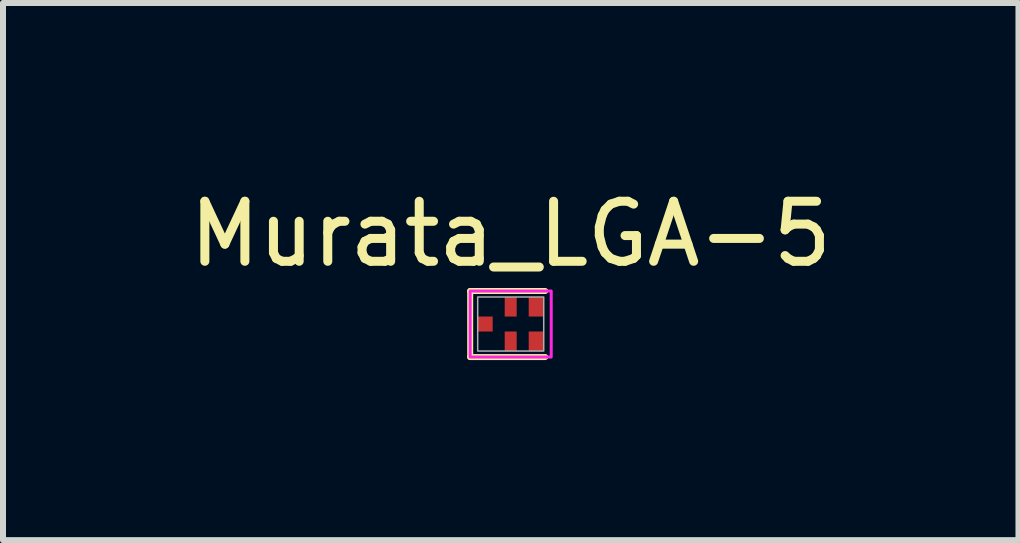
<source format=kicad_pcb>
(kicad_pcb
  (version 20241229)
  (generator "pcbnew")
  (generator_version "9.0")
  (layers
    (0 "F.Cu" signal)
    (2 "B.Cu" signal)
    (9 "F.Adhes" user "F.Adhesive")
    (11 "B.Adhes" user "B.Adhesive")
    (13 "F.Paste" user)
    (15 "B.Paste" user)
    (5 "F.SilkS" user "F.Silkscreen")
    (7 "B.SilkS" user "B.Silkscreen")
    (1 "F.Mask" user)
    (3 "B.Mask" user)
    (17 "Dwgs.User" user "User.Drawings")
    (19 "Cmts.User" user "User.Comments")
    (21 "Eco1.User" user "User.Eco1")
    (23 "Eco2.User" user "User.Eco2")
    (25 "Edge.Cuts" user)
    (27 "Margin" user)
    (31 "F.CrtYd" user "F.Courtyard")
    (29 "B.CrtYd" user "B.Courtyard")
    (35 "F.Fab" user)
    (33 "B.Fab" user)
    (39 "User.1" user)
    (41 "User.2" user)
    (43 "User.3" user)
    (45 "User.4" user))
  (footprint "Murata_LGA-5"
    (layer "F.Cu")
    (at 5.458 2.348)
    (property "Reference" "Murata_LGA-5" (at 0 -1.5 0) (unlocked yes) (layer "F.SilkS") (effects (font (size 1 1) (thickness 0.15))))
    (attr smd)
    (fp_line (start -0.675 -0.55) (end -0.675 0.55) (stroke (width 0.1) (type solid)) (layer "F.SilkS"))
    (fp_line (start -0.675 0.55) (end 0.575 0.55) (stroke (width 0.1) (type solid)) (layer "F.SilkS"))
    (fp_line (start 0.575 -0.55) (end -0.675 -0.55) (stroke (width 0.1) (type solid)) (layer "F.SilkS"))
    (fp_rect (start -0.675 -0.55) (end 0.675 0.55) (stroke (width 0.05) (type solid)) (fill no) (layer "F.CrtYd"))
    (fp_rect (start 0.55 -0.45) (end -0.55 0.45) (stroke (width 0.025) (type solid)) (fill no) (layer "F.Fab"))
    (pad "1" smd rect (at -0.425 0) (size 0.25 0.25) (layers "F.Cu" "F.Mask" "F.Paste"))
    (pad "2" smd rect (at 0 0.287) (size 0.2 0.325) (layers "F.Cu" "F.Mask" "F.Paste"))
    (pad "3" smd rect (at 0.425 0.287) (size 0.25 0.325) (layers "F.Cu" "F.Mask" "F.Paste"))
    (pad "4" smd rect (at 0.425 -0.287) (size 0.25 0.325) (layers "F.Cu" "F.Mask" "F.Paste"))
    (pad "5" smd rect (at 0 -0.287) (size 0.2 0.325) (layers "F.Cu" "F.Mask" "F.Paste")))
  (gr_rect
    (start -3 -3)
    (end 13.917 5.948)
    (stroke (width 0.1) (type default))
    (fill no)
    (layer "Edge.Cuts")))
</source>
